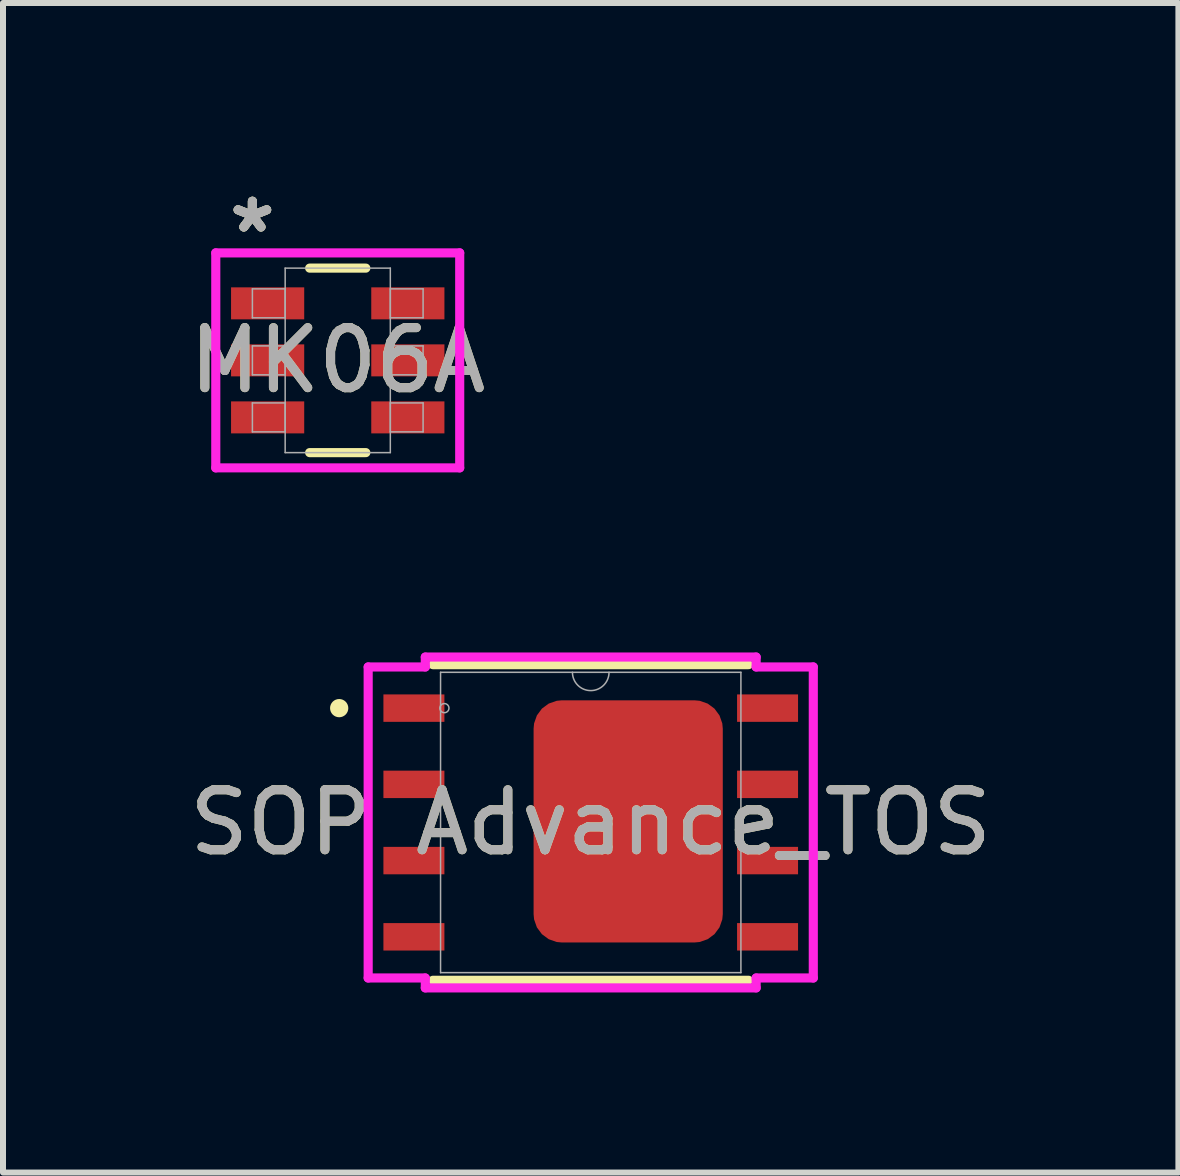
<source format=kicad_pcb>
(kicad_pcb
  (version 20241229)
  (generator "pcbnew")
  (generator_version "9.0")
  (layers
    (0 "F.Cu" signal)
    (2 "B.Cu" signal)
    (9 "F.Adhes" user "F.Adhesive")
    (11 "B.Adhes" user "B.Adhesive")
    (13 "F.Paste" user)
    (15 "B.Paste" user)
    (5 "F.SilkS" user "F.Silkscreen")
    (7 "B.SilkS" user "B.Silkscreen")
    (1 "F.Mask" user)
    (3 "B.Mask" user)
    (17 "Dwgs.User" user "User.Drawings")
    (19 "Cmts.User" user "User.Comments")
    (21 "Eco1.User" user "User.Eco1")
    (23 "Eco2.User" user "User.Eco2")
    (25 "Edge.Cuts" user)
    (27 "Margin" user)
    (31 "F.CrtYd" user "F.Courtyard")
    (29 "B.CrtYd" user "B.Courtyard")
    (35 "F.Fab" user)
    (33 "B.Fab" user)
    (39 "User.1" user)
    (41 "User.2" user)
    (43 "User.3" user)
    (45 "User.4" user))
  (footprint "MK06A"
    (layer "F.Cu")
    (at 2.577 2.954)
    (property "Reference" "MK06A" (at 0 0 0) (unlocked yes) (layer "F.SilkS") (effects (font (size 1 1) (thickness 0.15))))
    (attr smd)
    (fp_line (start -0.468 1.537) (end 0.468 1.537) (stroke (width 0.152) (type solid)) (layer "F.SilkS"))
    (fp_line (start 0.468 -1.537) (end -0.468 -1.537) (stroke (width 0.152) (type solid)) (layer "F.SilkS"))
    (fp_line (start -2.032 -1.791) (end 2.032 -1.791) (stroke (width 0.152) (type solid)) (layer "F.CrtYd"))
    (fp_line (start -2.032 1.791) (end -2.032 -1.791) (stroke (width 0.152) (type solid)) (layer "F.CrtYd"))
    (fp_line (start 2.032 -1.791) (end 2.032 1.791) (stroke (width 0.152) (type solid)) (layer "F.CrtYd"))
    (fp_line (start 2.032 1.791) (end -2.032 1.791) (stroke (width 0.152) (type solid)) (layer "F.CrtYd"))
    (fp_line (start -1.422 -1.191) (end -1.422 -0.709) (stroke (width 0.025) (type solid)) (layer "F.Fab"))
    (fp_line (start -1.422 -0.709) (end -0.876 -0.709) (stroke (width 0.025) (type solid)) (layer "F.Fab"))
    (fp_line (start -1.422 -0.241) (end -1.422 0.241) (stroke (width 0.025) (type solid)) (layer "F.Fab"))
    (fp_line (start -1.422 0.241) (end -0.876 0.241) (stroke (width 0.025) (type solid)) (layer "F.Fab"))
    (fp_line (start -1.422 0.709) (end -1.422 1.191) (stroke (width 0.025) (type solid)) (layer "F.Fab"))
    (fp_line (start -1.422 1.191) (end -0.876 1.191) (stroke (width 0.025) (type solid)) (layer "F.Fab"))
    (fp_line (start -0.876 -1.537) (end -0.876 1.537) (stroke (width 0.025) (type solid)) (layer "F.Fab"))
    (fp_line (start -0.876 -1.191) (end -1.422 -1.191) (stroke (width 0.025) (type solid)) (layer "F.Fab"))
    (fp_line (start -0.876 -0.709) (end -0.876 -1.191) (stroke (width 0.025) (type solid)) (layer "F.Fab"))
    (fp_line (start -0.876 -0.241) (end -1.422 -0.241) (stroke (width 0.025) (type solid)) (layer "F.Fab"))
    (fp_line (start -0.876 0.241) (end -0.876 -0.241) (stroke (width 0.025) (type solid)) (layer "F.Fab"))
    (fp_line (start -0.876 0.709) (end -1.422 0.709) (stroke (width 0.025) (type solid)) (layer "F.Fab"))
    (fp_line (start -0.876 1.191) (end -0.876 0.709) (stroke (width 0.025) (type solid)) (layer "F.Fab"))
    (fp_line (start -0.876 1.537) (end 0.876 1.537) (stroke (width 0.025) (type solid)) (layer "F.Fab"))
    (fp_line (start 0.876 -1.537) (end -0.876 -1.537) (stroke (width 0.025) (type solid)) (layer "F.Fab"))
    (fp_line (start 0.876 -1.191) (end 0.876 -0.709) (stroke (width 0.025) (type solid)) (layer "F.Fab"))
    (fp_line (start 0.876 -0.709) (end 1.422 -0.709) (stroke (width 0.025) (type solid)) (layer "F.Fab"))
    (fp_line (start 0.876 -0.241) (end 0.876 0.241) (stroke (width 0.025) (type solid)) (layer "F.Fab"))
    (fp_line (start 0.876 0.241) (end 1.422 0.241) (stroke (width 0.025) (type solid)) (layer "F.Fab"))
    (fp_line (start 0.876 0.709) (end 0.876 1.191) (stroke (width 0.025) (type solid)) (layer "F.Fab"))
    (fp_line (start 0.876 1.191) (end 1.422 1.191) (stroke (width 0.025) (type solid)) (layer "F.Fab"))
    (fp_line (start 0.876 1.537) (end 0.876 -1.537) (stroke (width 0.025) (type solid)) (layer "F.Fab"))
    (fp_line (start 1.422 -1.191) (end 0.876 -1.191) (stroke (width 0.025) (type solid)) (layer "F.Fab"))
    (fp_line (start 1.422 -0.709) (end 1.422 -1.191) (stroke (width 0.025) (type solid)) (layer "F.Fab"))
    (fp_line (start 1.422 -0.241) (end 0.876 -0.241) (stroke (width 0.025) (type solid)) (layer "F.Fab"))
    (fp_line (start 1.422 0.241) (end 1.422 -0.241) (stroke (width 0.025) (type solid)) (layer "F.Fab"))
    (fp_line (start 1.422 0.709) (end 0.876 0.709) (stroke (width 0.025) (type solid)) (layer "F.Fab"))
    (fp_line (start 1.422 1.191) (end 1.422 0.709) (stroke (width 0.025) (type solid)) (layer "F.Fab"))
    (fp_text user "*" (at -1.422 -2.106 0) (unlocked yes) (layer "F.SilkS") (effects (font (size 1 1) (thickness 0.15))))
    (fp_text user "*" (at -1.422 -2.106 0) (layer "F.SilkS") (effects (font (size 1 1) (thickness 0.15))))
    (fp_text user "*" (at -1.422 -2.106 0) (unlocked yes) (layer "F.Fab") (effects (font (size 1 1) (thickness 0.15))))
    (fp_text user "${REFERENCE}" (at 0 0 0) (unlocked yes) (layer "F.Fab") (effects (font (size 1 1) (thickness 0.15))))
    (fp_text user "*" (at -1.422 -2.106 0) (layer "F.Fab") (effects (font (size 1 1) (thickness 0.15))))
    (pad "1" smd rect (at -1.168 -0.95) (size 1.219 0.533) (layers "F.Cu" "F.Mask" "F.Paste"))
    (pad "2" smd rect (at -1.168 0) (size 1.219 0.533) (layers "F.Cu" "F.Mask" "F.Paste"))
    (pad "3" smd rect (at -1.168 0.95) (size 1.219 0.533) (layers "F.Cu" "F.Mask" "F.Paste"))
    (pad "4" smd rect (at 1.168 0.95) (size 1.219 0.533) (layers "F.Cu" "F.Mask" "F.Paste"))
    (pad "5" smd rect (at 1.168 0) (size 1.219 0.533) (layers "F.Cu" "F.Mask" "F.Paste"))
    (pad "6" smd rect (at 1.168 -0.95) (size 1.219 0.533) (layers "F.Cu" "F.Mask" "F.Paste")))
  (footprint "SOP Advance_TOS"
    (layer "F.Cu")
    (at 6.792 10.653)
    (property "Reference" "SOP Advance_TOS" (at 0 0 0) (unlocked yes) (layer "F.SilkS") (effects (font (size 1 1) (thickness 0.15))))
    (attr smd)
    (fp_line (start -2.629 2.629) (end 2.629 2.629) (stroke (width 0.152) (type solid)) (layer "F.SilkS"))
    (fp_line (start 2.629 -2.629) (end -2.629 -2.629) (stroke (width 0.152) (type solid)) (layer "F.SilkS"))
    (fp_circle (center -4.191 -1.905) (end -4.115 -1.905) (stroke (width 0.152) (type solid)) (fill no) (layer "F.SilkS"))
    (fp_poly (pts (xy -0.941 -1.856) (xy -0.941 -0.752) (xy 0.662 -0.752) (xy 0.662 -1.856)) (stroke (width 0) (type solid)) (fill yes) (layer "F.Paste"))
    (fp_poly (pts (xy -0.941 -0.552) (xy -0.941 0.552) (xy 0.662 0.552) (xy 0.662 -0.552)) (stroke (width 0) (type solid)) (fill yes) (layer "F.Paste"))
    (fp_poly (pts (xy -0.941 0.752) (xy -0.941 1.856) (xy 0.662 1.856) (xy 0.662 0.752)) (stroke (width 0) (type solid)) (fill yes) (layer "F.Paste"))
    (fp_poly (pts (xy 0.862 -1.856) (xy 0.862 -0.752) (xy 2.465 -0.752) (xy 2.465 -1.856)) (stroke (width 0) (type solid)) (fill yes) (layer "F.Paste"))
    (fp_poly (pts (xy 0.862 -0.552) (xy 0.862 0.552) (xy 2.465 0.552) (xy 2.465 -0.552)) (stroke (width 0) (type solid)) (fill yes) (layer "F.Paste"))
    (fp_poly (pts (xy 0.862 0.752) (xy 0.862 1.856) (xy 2.465 1.856) (xy 2.465 0.752)) (stroke (width 0) (type solid)) (fill yes) (layer "F.Paste"))
    (fp_line (start -3.708 -2.591) (end -2.756 -2.591) (stroke (width 0.152) (type solid)) (layer "F.CrtYd"))
    (fp_line (start -3.708 2.591) (end -3.708 -2.591) (stroke (width 0.152) (type solid)) (layer "F.CrtYd"))
    (fp_line (start -3.708 2.591) (end -2.756 2.591) (stroke (width 0.152) (type solid)) (layer "F.CrtYd"))
    (fp_line (start -2.756 -2.756) (end 2.756 -2.756) (stroke (width 0.152) (type solid)) (layer "F.CrtYd"))
    (fp_line (start -2.756 -2.591) (end -2.756 -2.756) (stroke (width 0.152) (type solid)) (layer "F.CrtYd"))
    (fp_line (start -2.756 2.756) (end -2.756 2.591) (stroke (width 0.152) (type solid)) (layer "F.CrtYd"))
    (fp_line (start 2.756 -2.756) (end 2.756 -2.591) (stroke (width 0.152) (type solid)) (layer "F.CrtYd"))
    (fp_line (start 2.756 2.591) (end 2.756 2.756) (stroke (width 0.152) (type solid)) (layer "F.CrtYd"))
    (fp_line (start 2.756 2.756) (end -2.756 2.756) (stroke (width 0.152) (type solid)) (layer "F.CrtYd"))
    (fp_line (start 3.708 -2.591) (end 2.756 -2.591) (stroke (width 0.152) (type solid)) (layer "F.CrtYd"))
    (fp_line (start 3.708 -2.591) (end 3.708 2.591) (stroke (width 0.152) (type solid)) (layer "F.CrtYd"))
    (fp_line (start 3.708 2.591) (end 2.756 2.591) (stroke (width 0.152) (type solid)) (layer "F.CrtYd"))
    (fp_line (start -2.502 -2.502) (end -2.502 2.502) (stroke (width 0.025) (type solid)) (layer "F.Fab"))
    (fp_line (start -2.502 2.502) (end 2.502 2.502) (stroke (width 0.025) (type solid)) (layer "F.Fab"))
    (fp_line (start 2.502 -2.502) (end -2.502 -2.502) (stroke (width 0.025) (type solid)) (layer "F.Fab"))
    (fp_line (start 2.502 2.502) (end 2.502 -2.502) (stroke (width 0.025) (type solid)) (layer "F.Fab"))
    (fp_arc (start 0.3048 -2.5019) (mid 0 -2.1971) (end -0.3048 -2.5019) (stroke (width 0.0254) (type solid)) (layer "F.Fab"))
    (fp_circle (center -2.438 -1.905) (end -2.362 -1.905) (stroke (width 0.025) (type solid)) (fill no) (layer "F.Fab"))
    (fp_text user "${REFERENCE}" (at 0 0 0) (unlocked yes) (layer "F.Fab") (effects (font (size 1 1) (thickness 0.15))))
    (pad "1" smd rect (at -2.946 -1.905) (size 1.016 0.457) (layers "F.Cu" "F.Mask" "F.Paste"))
    (pad "2" smd rect (at -2.946 -0.635) (size 1.016 0.457) (layers "F.Cu" "F.Mask" "F.Paste"))
    (pad "3" smd rect (at -2.946 0.635) (size 1.016 0.457) (layers "F.Cu" "F.Mask" "F.Paste"))
    (pad "4" smd rect (at -2.946 1.905) (size 1.016 0.457) (layers "F.Cu" "F.Mask" "F.Paste"))
    (pad "5" smd rect (at 2.946 1.905) (size 1.016 0.457) (layers "F.Cu" "F.Mask" "F.Paste"))
    (pad "6" smd roundrect (at 0.624 -0.018) (size 3.152 4.035) (layers "F.Cu" "F.Mask" "F.Paste") (roundrect_rratio 0.15))
    (pad "6" smd rect (at 2.946 0.635) (size 1.016 0.457) (layers "F.Cu" "F.Mask" "F.Paste"))
    (pad "7" smd rect (at 2.946 -0.635) (size 1.016 0.457) (layers "F.Cu" "F.Mask" "F.Paste"))
    (pad "8" smd rect (at 2.946 -1.905) (size 1.016 0.457) (layers "F.Cu" "F.Mask" "F.Paste")))
  (gr_rect
    (start -3 -3)
    (end 16.583 16.485)
    (stroke (width 0.1) (type default))
    (fill no)
    (layer "Edge.Cuts")))
</source>
